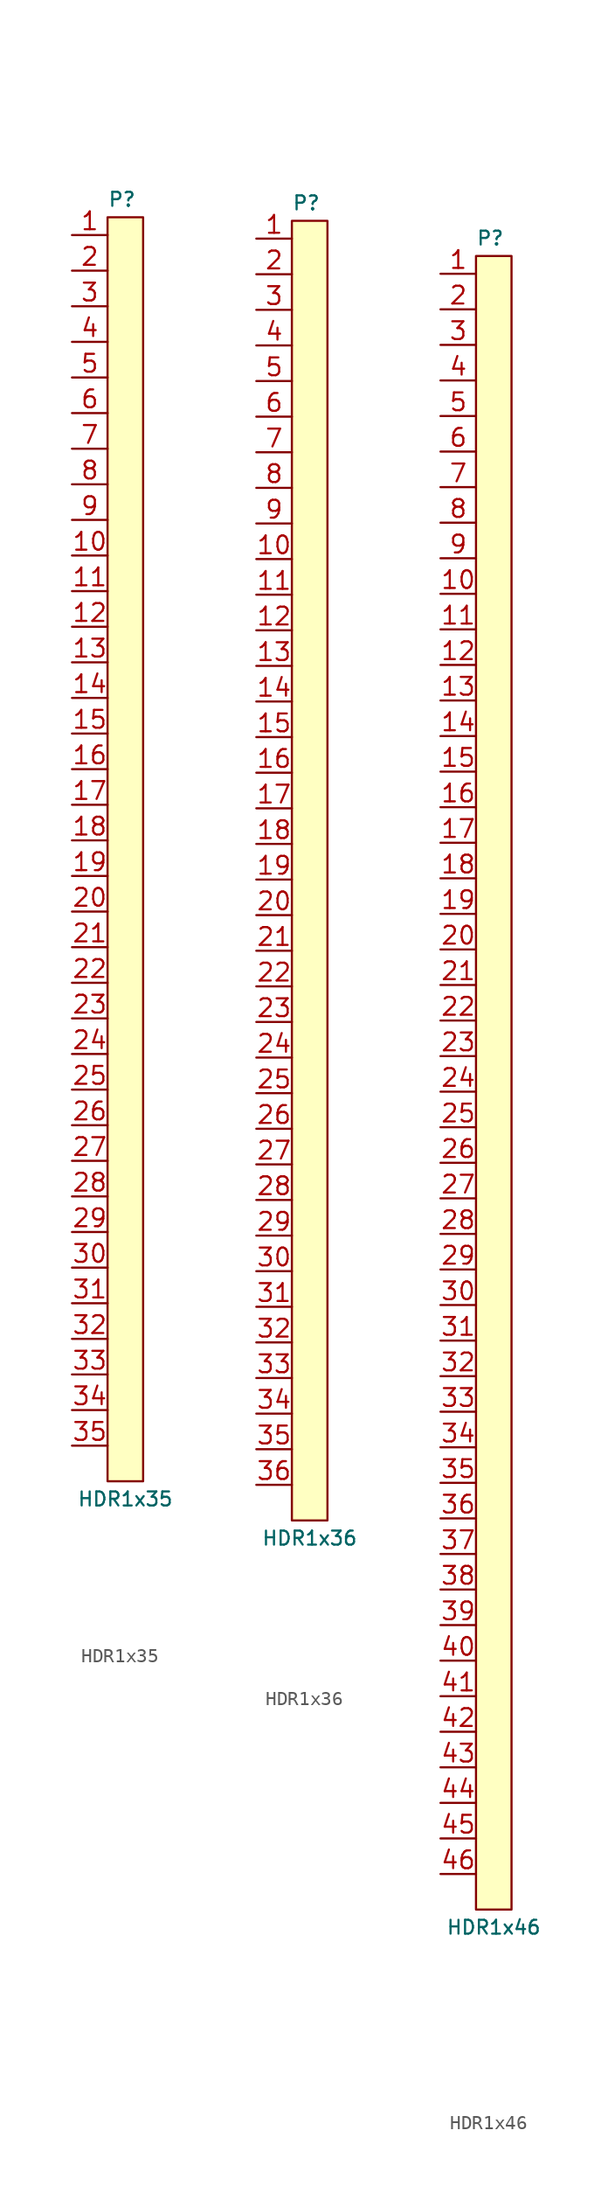
<source format=kicad_sym>
(kicad_symbol_lib
  (version 20231120)
  (generator "kicad_symbol_editor")
  (generator_version "8.0")
  (symbol "HDR1x35"
    (property "Reference" "P"
      (at -2.54 45.72 0)
      (effects (font (size 1 1)) (justify left)))
    (property "Value" "HDR1x35"
      (at -1.27 -46.99 0)
      (effects (font (size 1 1))))
    (property "MPN" ""
      (at -1.27 -19.05 90)
      (effects (font (size 1 1))))
    (symbol "HDR1x35_0_1"
      (rectangle (start -2.54 44.45) (end 0 -45.72) (stroke (width 0) (type default)) (fill (type background))))
    (symbol "HDR1x35_1_1"
      (pin passive line (at -5.08 43.18 0) (length 2.54) (name "~" (effects (font (size 1.27 1.27)))) (number "1" (effects (font (size 1.27 1.27)))))
      (pin passive line (at -5.08 20.32 0) (length 2.54) (name "~" (effects (font (size 1.27 1.27)))) (number "10" (effects (font (size 1.27 1.27)))))
      (pin passive line (at -5.08 17.78 0) (length 2.54) (name "~" (effects (font (size 1.27 1.27)))) (number "11" (effects (font (size 1.27 1.27)))))
      (pin passive line (at -5.08 15.24 0) (length 2.54) (name "~" (effects (font (size 1.27 1.27)))) (number "12" (effects (font (size 1.27 1.27)))))
      (pin passive line (at -5.08 12.7 0) (length 2.54) (name "~" (effects (font (size 1.27 1.27)))) (number "13" (effects (font (size 1.27 1.27)))))
      (pin passive line (at -5.08 10.16 0) (length 2.54) (name "~" (effects (font (size 1.27 1.27)))) (number "14" (effects (font (size 1.27 1.27)))))
      (pin passive line (at -5.08 7.62 0) (length 2.54) (name "~" (effects (font (size 1.27 1.27)))) (number "15" (effects (font (size 1.27 1.27)))))
      (pin passive line (at -5.08 5.08 0) (length 2.54) (name "~" (effects (font (size 1.27 1.27)))) (number "16" (effects (font (size 1.27 1.27)))))
      (pin passive line (at -5.08 2.54 0) (length 2.54) (name "~" (effects (font (size 1.27 1.27)))) (number "17" (effects (font (size 1.27 1.27)))))
      (pin passive line (at -5.08 0 0) (length 2.54) (name "~" (effects (font (size 1.27 1.27)))) (number "18" (effects (font (size 1.27 1.27)))))
      (pin passive line (at -5.08 -2.54 0) (length 2.54) (name "~" (effects (font (size 1.27 1.27)))) (number "19" (effects (font (size 1.27 1.27)))))
      (pin passive line (at -5.08 40.64 0) (length 2.54) (name "~" (effects (font (size 1.27 1.27)))) (number "2" (effects (font (size 1.27 1.27)))))
      (pin passive line (at -5.08 -5.08 0) (length 2.54) (name "~" (effects (font (size 1.27 1.27)))) (number "20" (effects (font (size 1.27 1.27)))))
      (pin passive line (at -5.08 -7.62 0) (length 2.54) (name "~" (effects (font (size 1.27 1.27)))) (number "21" (effects (font (size 1.27 1.27)))))
      (pin passive line (at -5.08 -10.16 0) (length 2.54) (name "~" (effects (font (size 1.27 1.27)))) (number "22" (effects (font (size 1.27 1.27)))))
      (pin passive line (at -5.08 -12.7 0) (length 2.54) (name "~" (effects (font (size 1.27 1.27)))) (number "23" (effects (font (size 1.27 1.27)))))
      (pin passive line (at -5.08 -15.24 0) (length 2.54) (name "~" (effects (font (size 1.27 1.27)))) (number "24" (effects (font (size 1.27 1.27)))))
      (pin passive line (at -5.08 -17.78 0) (length 2.54) (name "~" (effects (font (size 1.27 1.27)))) (number "25" (effects (font (size 1.27 1.27)))))
      (pin passive line (at -5.08 -20.32 0) (length 2.54) (name "~" (effects (font (size 1.27 1.27)))) (number "26" (effects (font (size 1.27 1.27)))))
      (pin passive line (at -5.08 -22.86 0) (length 2.54) (name "~" (effects (font (size 1.27 1.27)))) (number "27" (effects (font (size 1.27 1.27)))))
      (pin passive line (at -5.08 -25.4 0) (length 2.54) (name "~" (effects (font (size 1.27 1.27)))) (number "28" (effects (font (size 1.27 1.27)))))
      (pin passive line (at -5.08 -27.94 0) (length 2.54) (name "~" (effects (font (size 1.27 1.27)))) (number "29" (effects (font (size 1.27 1.27)))))
      (pin passive line (at -5.08 38.1 0) (length 2.54) (name "~" (effects (font (size 1.27 1.27)))) (number "3" (effects (font (size 1.27 1.27)))))
      (pin passive line (at -5.08 -30.48 0) (length 2.54) (name "~" (effects (font (size 1.27 1.27)))) (number "30" (effects (font (size 1.27 1.27)))))
      (pin passive line (at -5.08 -33.02 0) (length 2.54) (name "~" (effects (font (size 1.27 1.27)))) (number "31" (effects (font (size 1.27 1.27)))))
      (pin passive line (at -5.08 -35.56 0) (length 2.54) (name "~" (effects (font (size 1.27 1.27)))) (number "32" (effects (font (size 1.27 1.27)))))
      (pin passive line (at -5.08 -38.1 0) (length 2.54) (name "~" (effects (font (size 1.27 1.27)))) (number "33" (effects (font (size 1.27 1.27)))))
      (pin passive line (at -5.08 -40.64 0) (length 2.54) (name "~" (effects (font (size 1.27 1.27)))) (number "34" (effects (font (size 1.27 1.27)))))
      (pin passive line (at -5.08 -43.18 0) (length 2.54) (name "~" (effects (font (size 1.27 1.27)))) (number "35" (effects (font (size 1.27 1.27)))))
      (pin passive line (at -5.08 35.56 0) (length 2.54) (name "~" (effects (font (size 1.27 1.27)))) (number "4" (effects (font (size 1.27 1.27)))))
      (pin passive line (at -5.08 33.02 0) (length 2.54) (name "~" (effects (font (size 1.27 1.27)))) (number "5" (effects (font (size 1.27 1.27)))))
      (pin passive line (at -5.08 30.48 0) (length 2.54) (name "~" (effects (font (size 1.27 1.27)))) (number "6" (effects (font (size 1.27 1.27)))))
      (pin passive line (at -5.08 27.94 0) (length 2.54) (name "~" (effects (font (size 1.27 1.27)))) (number "7" (effects (font (size 1.27 1.27)))))
      (pin passive line (at -5.08 25.4 0) (length 2.54) (name "~" (effects (font (size 1.27 1.27)))) (number "8" (effects (font (size 1.27 1.27)))))
      (pin passive line (at -5.08 22.86 0) (length 2.54) (name "~" (effects (font (size 1.27 1.27)))) (number "9" (effects (font (size 1.27 1.27)))))))
  (symbol "HDR1x36"
    (property "Reference" "P"
      (at -2.54 46.99 0)
      (effects (font (size 1 1)) (justify left)))
    (property "Value" "HDR1x36"
      (at -1.27 -48.26 0)
      (effects (font (size 1 1))))
    (property "MPN" ""
      (at -1.27 -17.78 90)
      (effects (font (size 1 1))))
    (symbol "HDR1x36_0_1"
      (rectangle (start -2.54 45.72) (end 0 -46.99) (stroke (width 0) (type default)) (fill (type background))))
    (symbol "HDR1x36_1_1"
      (pin passive line (at -5.08 44.45 0) (length 2.54) (name "~" (effects (font (size 1.27 1.27)))) (number "1" (effects (font (size 1.27 1.27)))))
      (pin passive line (at -5.08 21.59 0) (length 2.54) (name "~" (effects (font (size 1.27 1.27)))) (number "10" (effects (font (size 1.27 1.27)))))
      (pin passive line (at -5.08 19.05 0) (length 2.54) (name "~" (effects (font (size 1.27 1.27)))) (number "11" (effects (font (size 1.27 1.27)))))
      (pin passive line (at -5.08 16.51 0) (length 2.54) (name "~" (effects (font (size 1.27 1.27)))) (number "12" (effects (font (size 1.27 1.27)))))
      (pin passive line (at -5.08 13.97 0) (length 2.54) (name "~" (effects (font (size 1.27 1.27)))) (number "13" (effects (font (size 1.27 1.27)))))
      (pin passive line (at -5.08 11.43 0) (length 2.54) (name "~" (effects (font (size 1.27 1.27)))) (number "14" (effects (font (size 1.27 1.27)))))
      (pin passive line (at -5.08 8.89 0) (length 2.54) (name "~" (effects (font (size 1.27 1.27)))) (number "15" (effects (font (size 1.27 1.27)))))
      (pin passive line (at -5.08 6.35 0) (length 2.54) (name "~" (effects (font (size 1.27 1.27)))) (number "16" (effects (font (size 1.27 1.27)))))
      (pin passive line (at -5.08 3.81 0) (length 2.54) (name "~" (effects (font (size 1.27 1.27)))) (number "17" (effects (font (size 1.27 1.27)))))
      (pin passive line (at -5.08 1.27 0) (length 2.54) (name "~" (effects (font (size 1.27 1.27)))) (number "18" (effects (font (size 1.27 1.27)))))
      (pin passive line (at -5.08 -1.27 0) (length 2.54) (name "~" (effects (font (size 1.27 1.27)))) (number "19" (effects (font (size 1.27 1.27)))))
      (pin passive line (at -5.08 41.91 0) (length 2.54) (name "~" (effects (font (size 1.27 1.27)))) (number "2" (effects (font (size 1.27 1.27)))))
      (pin passive line (at -5.08 -3.81 0) (length 2.54) (name "~" (effects (font (size 1.27 1.27)))) (number "20" (effects (font (size 1.27 1.27)))))
      (pin passive line (at -5.08 -6.35 0) (length 2.54) (name "~" (effects (font (size 1.27 1.27)))) (number "21" (effects (font (size 1.27 1.27)))))
      (pin passive line (at -5.08 -8.89 0) (length 2.54) (name "~" (effects (font (size 1.27 1.27)))) (number "22" (effects (font (size 1.27 1.27)))))
      (pin passive line (at -5.08 -11.43 0) (length 2.54) (name "~" (effects (font (size 1.27 1.27)))) (number "23" (effects (font (size 1.27 1.27)))))
      (pin passive line (at -5.08 -13.97 0) (length 2.54) (name "~" (effects (font (size 1.27 1.27)))) (number "24" (effects (font (size 1.27 1.27)))))
      (pin passive line (at -5.08 -16.51 0) (length 2.54) (name "~" (effects (font (size 1.27 1.27)))) (number "25" (effects (font (size 1.27 1.27)))))
      (pin passive line (at -5.08 -19.05 0) (length 2.54) (name "~" (effects (font (size 1.27 1.27)))) (number "26" (effects (font (size 1.27 1.27)))))
      (pin passive line (at -5.08 -21.59 0) (length 2.54) (name "~" (effects (font (size 1.27 1.27)))) (number "27" (effects (font (size 1.27 1.27)))))
      (pin passive line (at -5.08 -24.13 0) (length 2.54) (name "~" (effects (font (size 1.27 1.27)))) (number "28" (effects (font (size 1.27 1.27)))))
      (pin passive line (at -5.08 -26.67 0) (length 2.54) (name "~" (effects (font (size 1.27 1.27)))) (number "29" (effects (font (size 1.27 1.27)))))
      (pin passive line (at -5.08 39.37 0) (length 2.54) (name "~" (effects (font (size 1.27 1.27)))) (number "3" (effects (font (size 1.27 1.27)))))
      (pin passive line (at -5.08 -29.21 0) (length 2.54) (name "~" (effects (font (size 1.27 1.27)))) (number "30" (effects (font (size 1.27 1.27)))))
      (pin passive line (at -5.08 -31.75 0) (length 2.54) (name "~" (effects (font (size 1.27 1.27)))) (number "31" (effects (font (size 1.27 1.27)))))
      (pin passive line (at -5.08 -34.29 0) (length 2.54) (name "~" (effects (font (size 1.27 1.27)))) (number "32" (effects (font (size 1.27 1.27)))))
      (pin passive line (at -5.08 -36.83 0) (length 2.54) (name "~" (effects (font (size 1.27 1.27)))) (number "33" (effects (font (size 1.27 1.27)))))
      (pin passive line (at -5.08 -39.37 0) (length 2.54) (name "~" (effects (font (size 1.27 1.27)))) (number "34" (effects (font (size 1.27 1.27)))))
      (pin passive line (at -5.08 -41.91 0) (length 2.54) (name "~" (effects (font (size 1.27 1.27)))) (number "35" (effects (font (size 1.27 1.27)))))
      (pin passive line (at -5.08 -44.45 0) (length 2.54) (name "~" (effects (font (size 1.27 1.27)))) (number "36" (effects (font (size 1.27 1.27)))))
      (pin passive line (at -5.08 36.83 0) (length 2.54) (name "~" (effects (font (size 1.27 1.27)))) (number "4" (effects (font (size 1.27 1.27)))))
      (pin passive line (at -5.08 34.29 0) (length 2.54) (name "~" (effects (font (size 1.27 1.27)))) (number "5" (effects (font (size 1.27 1.27)))))
      (pin passive line (at -5.08 31.75 0) (length 2.54) (name "~" (effects (font (size 1.27 1.27)))) (number "6" (effects (font (size 1.27 1.27)))))
      (pin passive line (at -5.08 29.21 0) (length 2.54) (name "~" (effects (font (size 1.27 1.27)))) (number "7" (effects (font (size 1.27 1.27)))))
      (pin passive line (at -5.08 26.67 0) (length 2.54) (name "~" (effects (font (size 1.27 1.27)))) (number "8" (effects (font (size 1.27 1.27)))))
      (pin passive line (at -5.08 24.13 0) (length 2.54) (name "~" (effects (font (size 1.27 1.27)))) (number "9" (effects (font (size 1.27 1.27)))))))
  (symbol "HDR1x46"
    (property "Reference" "P"
      (at -1.27 59.69 0)
      (effects (font (size 0.991 0.991)) (justify left)))
    (property "Value" "HDR1x46"
      (at 0 -60.96 0)
      (effects (font (size 0.991 0.991))))
    (property "MPN" ""
      (at 0 -5.08 90)
      (effects (font (size 0.991 0.991))))
    (symbol "HDR1x46_0_1"
      (rectangle (start -1.27 58.42) (end 1.27 -59.69) (stroke (width 0) (type default)) (fill (type background))))
    (symbol "HDR1x46_1_1"
      (pin passive line (at -3.81 57.15 0) (length 2.54) (name "~" (effects (font (size 1.27 1.27)))) (number "1" (effects (font (size 1.27 1.27)))))
      (pin passive line (at -3.81 34.29 0) (length 2.54) (name "~" (effects (font (size 1.27 1.27)))) (number "10" (effects (font (size 1.27 1.27)))))
      (pin passive line (at -3.81 31.75 0) (length 2.54) (name "~" (effects (font (size 1.27 1.27)))) (number "11" (effects (font (size 1.27 1.27)))))
      (pin passive line (at -3.81 29.21 0) (length 2.54) (name "~" (effects (font (size 1.27 1.27)))) (number "12" (effects (font (size 1.27 1.27)))))
      (pin passive line (at -3.81 26.67 0) (length 2.54) (name "~" (effects (font (size 1.27 1.27)))) (number "13" (effects (font (size 1.27 1.27)))))
      (pin passive line (at -3.81 24.13 0) (length 2.54) (name "~" (effects (font (size 1.27 1.27)))) (number "14" (effects (font (size 1.27 1.27)))))
      (pin passive line (at -3.81 21.59 0) (length 2.54) (name "~" (effects (font (size 1.27 1.27)))) (number "15" (effects (font (size 1.27 1.27)))))
      (pin passive line (at -3.81 19.05 0) (length 2.54) (name "~" (effects (font (size 1.27 1.27)))) (number "16" (effects (font (size 1.27 1.27)))))
      (pin passive line (at -3.81 16.51 0) (length 2.54) (name "~" (effects (font (size 1.27 1.27)))) (number "17" (effects (font (size 1.27 1.27)))))
      (pin passive line (at -3.81 13.97 0) (length 2.54) (name "~" (effects (font (size 1.27 1.27)))) (number "18" (effects (font (size 1.27 1.27)))))
      (pin passive line (at -3.81 11.43 0) (length 2.54) (name "~" (effects (font (size 1.27 1.27)))) (number "19" (effects (font (size 1.27 1.27)))))
      (pin passive line (at -3.81 54.61 0) (length 2.54) (name "~" (effects (font (size 1.27 1.27)))) (number "2" (effects (font (size 1.27 1.27)))))
      (pin passive line (at -3.81 8.89 0) (length 2.54) (name "~" (effects (font (size 1.27 1.27)))) (number "20" (effects (font (size 1.27 1.27)))))
      (pin passive line (at -3.81 6.35 0) (length 2.54) (name "~" (effects (font (size 1.27 1.27)))) (number "21" (effects (font (size 1.27 1.27)))))
      (pin passive line (at -3.81 3.81 0) (length 2.54) (name "~" (effects (font (size 1.27 1.27)))) (number "22" (effects (font (size 1.27 1.27)))))
      (pin passive line (at -3.81 1.27 0) (length 2.54) (name "~" (effects (font (size 1.27 1.27)))) (number "23" (effects (font (size 1.27 1.27)))))
      (pin passive line (at -3.81 -1.27 0) (length 2.54) (name "~" (effects (font (size 1.27 1.27)))) (number "24" (effects (font (size 1.27 1.27)))))
      (pin passive line (at -3.81 -3.81 0) (length 2.54) (name "~" (effects (font (size 1.27 1.27)))) (number "25" (effects (font (size 1.27 1.27)))))
      (pin passive line (at -3.81 -6.35 0) (length 2.54) (name "~" (effects (font (size 1.27 1.27)))) (number "26" (effects (font (size 1.27 1.27)))))
      (pin passive line (at -3.81 -8.89 0) (length 2.54) (name "~" (effects (font (size 1.27 1.27)))) (number "27" (effects (font (size 1.27 1.27)))))
      (pin passive line (at -3.81 -11.43 0) (length 2.54) (name "~" (effects (font (size 1.27 1.27)))) (number "28" (effects (font (size 1.27 1.27)))))
      (pin passive line (at -3.81 -13.97 0) (length 2.54) (name "~" (effects (font (size 1.27 1.27)))) (number "29" (effects (font (size 1.27 1.27)))))
      (pin passive line (at -3.81 52.07 0) (length 2.54) (name "~" (effects (font (size 1.27 1.27)))) (number "3" (effects (font (size 1.27 1.27)))))
      (pin passive line (at -3.81 -16.51 0) (length 2.54) (name "~" (effects (font (size 1.27 1.27)))) (number "30" (effects (font (size 1.27 1.27)))))
      (pin passive line (at -3.81 -19.05 0) (length 2.54) (name "~" (effects (font (size 1.27 1.27)))) (number "31" (effects (font (size 1.27 1.27)))))
      (pin passive line (at -3.81 -21.59 0) (length 2.54) (name "~" (effects (font (size 1.27 1.27)))) (number "32" (effects (font (size 1.27 1.27)))))
      (pin passive line (at -3.81 -24.13 0) (length 2.54) (name "~" (effects (font (size 1.27 1.27)))) (number "33" (effects (font (size 1.27 1.27)))))
      (pin passive line (at -3.81 -26.67 0) (length 2.54) (name "~" (effects (font (size 1.27 1.27)))) (number "34" (effects (font (size 1.27 1.27)))))
      (pin passive line (at -3.81 -29.21 0) (length 2.54) (name "~" (effects (font (size 1.27 1.27)))) (number "35" (effects (font (size 1.27 1.27)))))
      (pin passive line (at -3.81 -31.75 0) (length 2.54) (name "~" (effects (font (size 1.27 1.27)))) (number "36" (effects (font (size 1.27 1.27)))))
      (pin passive line (at -3.81 -34.29 0) (length 2.54) (name "~" (effects (font (size 1.27 1.27)))) (number "37" (effects (font (size 1.27 1.27)))))
      (pin passive line (at -3.81 -36.83 0) (length 2.54) (name "~" (effects (font (size 1.27 1.27)))) (number "38" (effects (font (size 1.27 1.27)))))
      (pin passive line (at -3.81 -39.37 0) (length 2.54) (name "~" (effects (font (size 1.27 1.27)))) (number "39" (effects (font (size 1.27 1.27)))))
      (pin passive line (at -3.81 49.53 0) (length 2.54) (name "~" (effects (font (size 1.27 1.27)))) (number "4" (effects (font (size 1.27 1.27)))))
      (pin passive line (at -3.81 -41.91 0) (length 2.54) (name "~" (effects (font (size 1.27 1.27)))) (number "40" (effects (font (size 1.27 1.27)))))
      (pin passive line (at -3.81 -44.45 0) (length 2.54) (name "~" (effects (font (size 1.27 1.27)))) (number "41" (effects (font (size 1.27 1.27)))))
      (pin passive line (at -3.81 -46.99 0) (length 2.54) (name "~" (effects (font (size 1.27 1.27)))) (number "42" (effects (font (size 1.27 1.27)))))
      (pin passive line (at -3.81 -49.53 0) (length 2.54) (name "~" (effects (font (size 1.27 1.27)))) (number "43" (effects (font (size 1.27 1.27)))))
      (pin passive line (at -3.81 -52.07 0) (length 2.54) (name "~" (effects (font (size 1.27 1.27)))) (number "44" (effects (font (size 1.27 1.27)))))
      (pin passive line (at -3.81 -54.61 0) (length 2.54) (name "~" (effects (font (size 1.27 1.27)))) (number "45" (effects (font (size 1.27 1.27)))))
      (pin passive line (at -3.81 -57.15 0) (length 2.54) (name "~" (effects (font (size 1.27 1.27)))) (number "46" (effects (font (size 1.27 1.27)))))
      (pin passive line (at -3.81 46.99 0) (length 2.54) (name "~" (effects (font (size 1.27 1.27)))) (number "5" (effects (font (size 1.27 1.27)))))
      (pin passive line (at -3.81 44.45 0) (length 2.54) (name "~" (effects (font (size 1.27 1.27)))) (number "6" (effects (font (size 1.27 1.27)))))
      (pin passive line (at -3.81 41.91 0) (length 2.54) (name "~" (effects (font (size 1.27 1.27)))) (number "7" (effects (font (size 1.27 1.27)))))
      (pin passive line (at -3.81 39.37 0) (length 2.54) (name "~" (effects (font (size 1.27 1.27)))) (number "8" (effects (font (size 1.27 1.27)))))
      (pin passive line (at -3.81 36.83 0) (length 2.54) (name "~" (effects (font (size 1.27 1.27)))) (number "9" (effects (font (size 1.27 1.27))))))))
</source>
